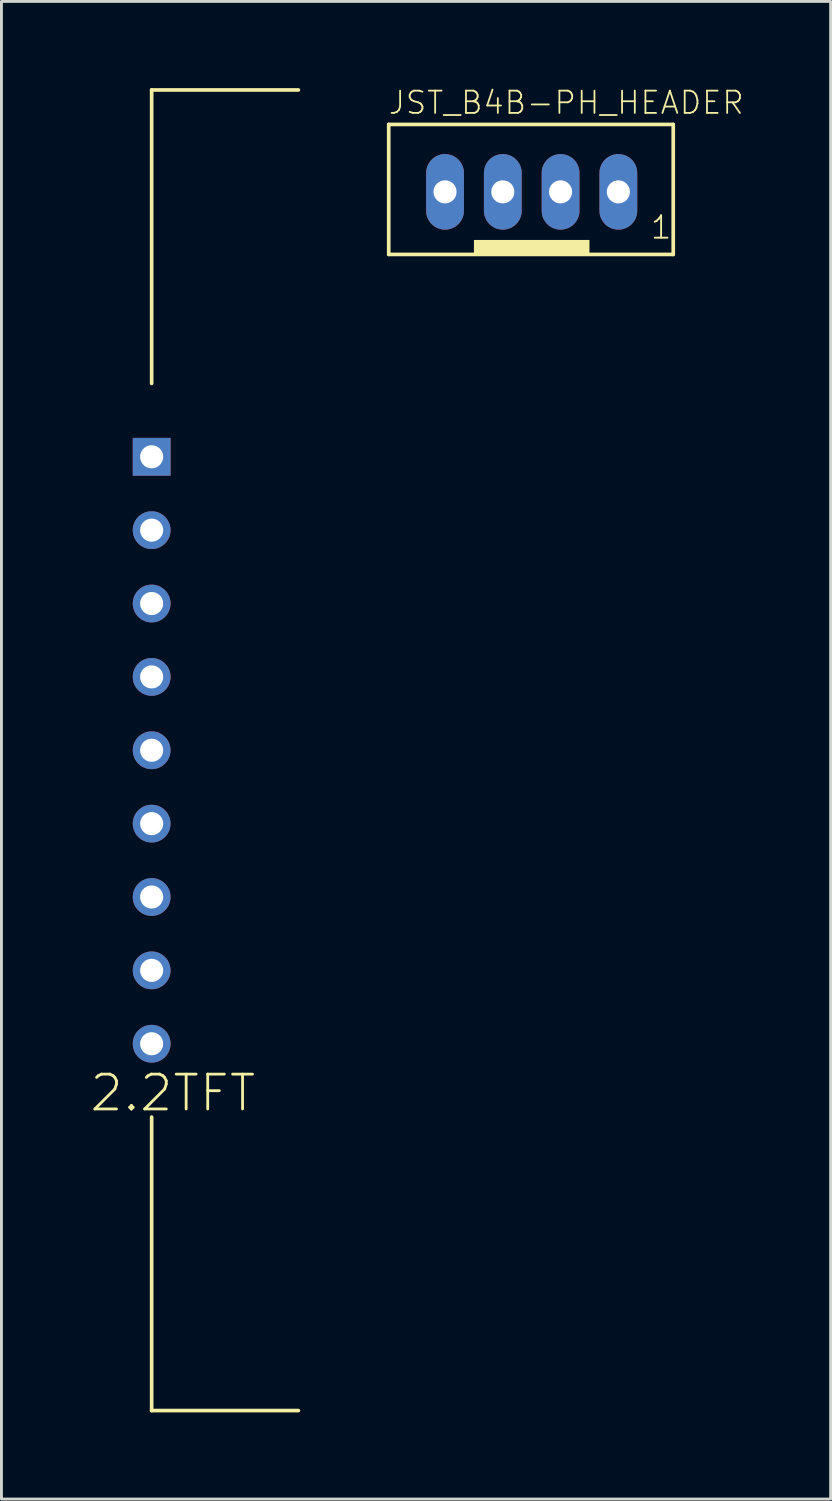
<source format=kicad_pcb>
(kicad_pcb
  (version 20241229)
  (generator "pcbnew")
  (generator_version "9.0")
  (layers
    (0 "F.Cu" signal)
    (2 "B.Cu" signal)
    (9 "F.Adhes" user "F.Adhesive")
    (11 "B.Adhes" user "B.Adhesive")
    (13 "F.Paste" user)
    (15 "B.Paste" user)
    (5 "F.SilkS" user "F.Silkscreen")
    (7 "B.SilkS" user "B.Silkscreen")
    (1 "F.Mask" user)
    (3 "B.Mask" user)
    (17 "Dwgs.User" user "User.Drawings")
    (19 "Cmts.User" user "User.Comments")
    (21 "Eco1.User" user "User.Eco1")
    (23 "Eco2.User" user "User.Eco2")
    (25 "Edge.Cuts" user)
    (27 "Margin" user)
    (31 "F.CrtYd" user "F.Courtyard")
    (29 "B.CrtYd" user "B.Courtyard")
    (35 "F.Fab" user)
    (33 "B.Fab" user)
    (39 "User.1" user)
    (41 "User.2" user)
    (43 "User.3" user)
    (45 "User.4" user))
  (footprint "2.2TFT"
    (layer "F.Cu")
    (at 4.74 22.924)
    (property "Reference" "2.2TFT" (at -4.74 12.57 0) (layer "F.SilkS") (effects (font (size 1.206 1.206) (thickness 0.097)) (justify left bottom)))
    (attr through_hole)
    (fp_line (start -2.54 -22.86) (end -2.54 -12.7) (stroke (width 0.127) (type solid)) (layer "F.SilkS"))
    (fp_line (start -2.54 -22.86) (end 2.54 -22.86) (stroke (width 0.127) (type solid)) (layer "F.SilkS"))
    (fp_line (start -2.54 12.7) (end -2.54 22.86) (stroke (width 0.127) (type solid)) (layer "F.SilkS"))
    (fp_line (start -2.54 22.86) (end 2.54 22.86) (stroke (width 0.127) (type solid)) (layer "F.SilkS"))
    (pad "1" thru_hole rect (at -2.54 -10.16) (size 1.308 1.308) (drill 0.8) (layers "*.Cu" "*.Mask"))
    (pad "2" thru_hole circle (at -2.54 -7.62) (size 1.308 1.308) (drill 0.8) (layers "*.Cu" "*.Mask"))
    (pad "3" thru_hole circle (at -2.54 -5.08) (size 1.308 1.308) (drill 0.8) (layers "*.Cu" "*.Mask"))
    (pad "4" thru_hole circle (at -2.54 -2.54) (size 1.308 1.308) (drill 0.8) (layers "*.Cu" "*.Mask"))
    (pad "5" thru_hole circle (at -2.54 0) (size 1.308 1.308) (drill 0.8) (layers "*.Cu" "*.Mask"))
    (pad "6" thru_hole circle (at -2.54 2.54) (size 1.308 1.308) (drill 0.8) (layers "*.Cu" "*.Mask"))
    (pad "7" thru_hole circle (at -2.54 5.08) (size 1.308 1.308) (drill 0.8) (layers "*.Cu" "*.Mask"))
    (pad "8" thru_hole circle (at -2.54 7.62) (size 1.308 1.308) (drill 0.8) (layers "*.Cu" "*.Mask"))
    (pad "9" thru_hole circle (at -2.54 10.16) (size 1.308 1.308) (drill 0.8) (layers "*.Cu" "*.Mask")))
  (footprint "JST_B4B-PH_HEADER"
    (layer "F.Cu")
    (at 15.377 3.64)
    (property "Reference" "JST_B4B-PH_HEADER" (at -5.02 -2.683 0) (layer "F.SilkS") (effects (font (size 0.772 0.772) (thickness 0.062)) (justify left bottom)))
    (attr through_hole)
    (fp_line (start -4.97 -2.382) (end 4.88 -2.382) (stroke (width 0.127) (type solid)) (layer "F.SilkS"))
    (fp_line (start -4.97 2.118) (end -4.97 -2.382) (stroke (width 0.127) (type solid)) (layer "F.SilkS"))
    (fp_line (start 4.88 -2.382) (end 4.88 2.118) (stroke (width 0.127) (type solid)) (layer "F.SilkS"))
    (fp_line (start 4.88 2.118) (end -4.97 2.118) (stroke (width 0.127) (type solid)) (layer "F.SilkS"))
    (fp_poly (pts (xy -2.02 2.118) (xy 1.98 2.118) (xy 1.98 1.617) (xy -2.02 1.617)) (stroke (width 0) (type solid)) (fill yes) (layer "F.SilkS"))
    (fp_text user "1" (at 4.05 1.635 0) (layer "F.SilkS") (effects (font (size 0.772 0.772) (thickness 0.065)) (justify left bottom)))
    (pad "P1" thru_hole oval (at 2.98 -0.048 90) (size 2.616 1.308) (drill 0.8) (layers "*.Cu" "*.Mask"))
    (pad "P2" thru_hole oval (at 0.98 -0.048 90) (size 2.616 1.308) (drill 0.8) (layers "*.Cu" "*.Mask"))
    (pad "P3" thru_hole oval (at -1.02 -0.048 90) (size 2.616 1.308) (drill 0.8) (layers "*.Cu" "*.Mask"))
    (pad "P4" thru_hole oval (at -3.02 -0.048 90) (size 2.616 1.308) (drill 0.8) (layers "*.Cu" "*.Mask")))
  (gr_rect
    (start -3 -3)
    (end 25.706 48.847)
    (stroke (width 0.1) (type default))
    (fill no)
    (layer "Edge.Cuts")))
</source>
